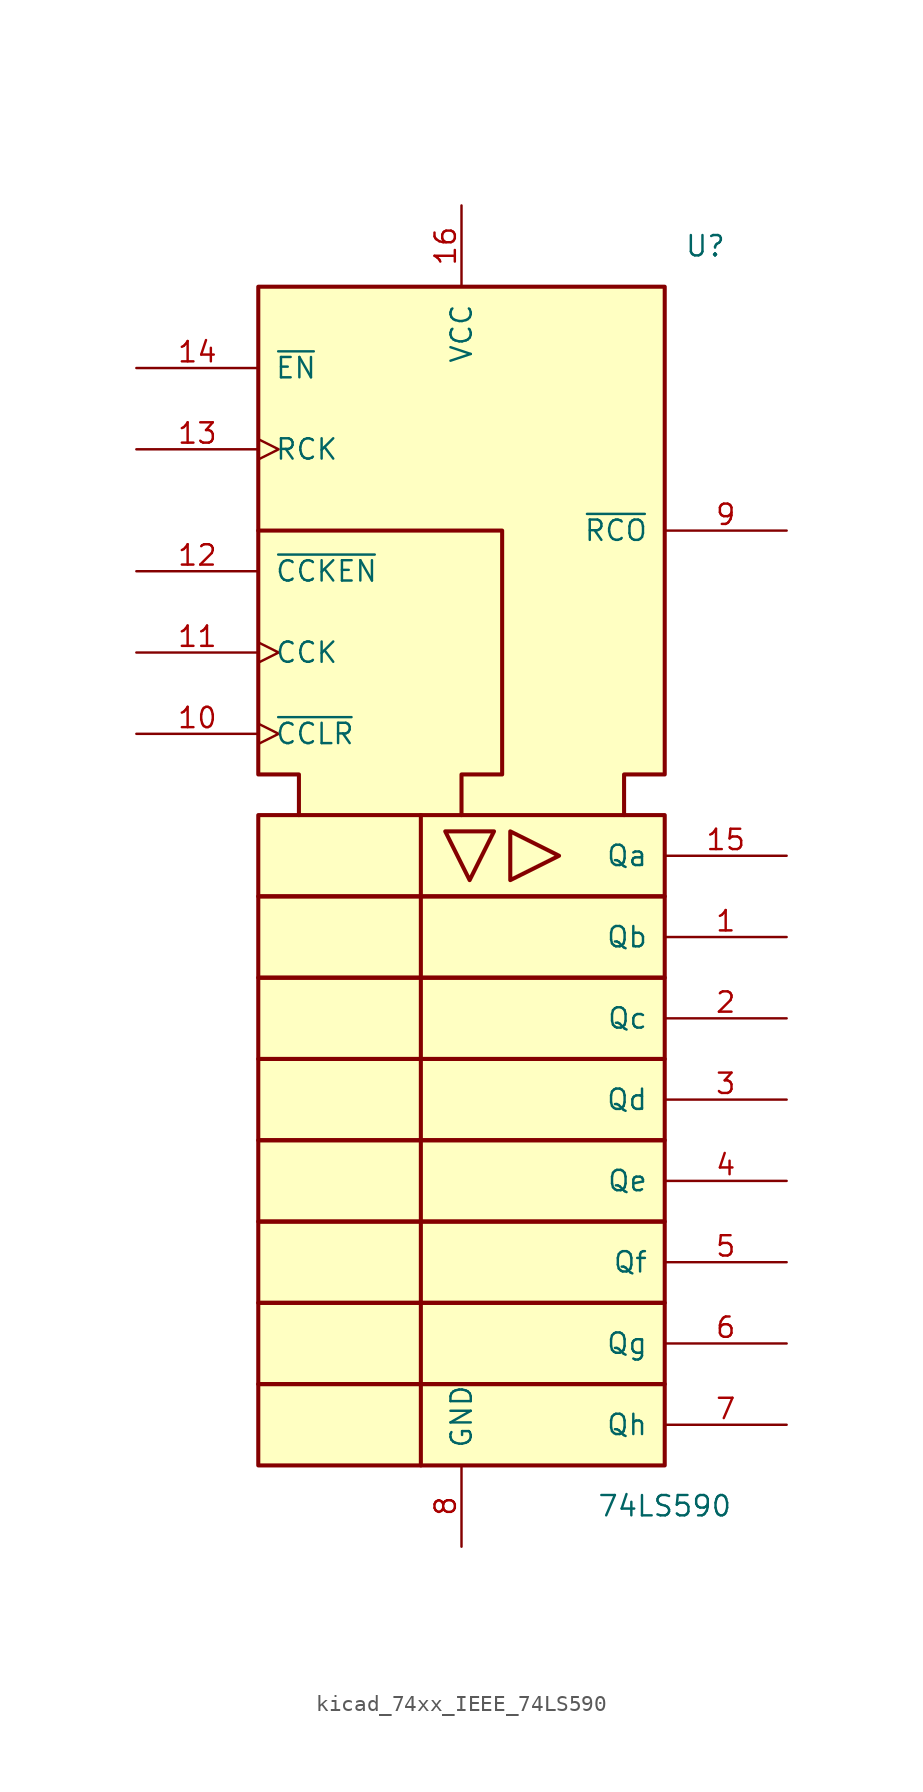
<source format=kicad_sym>
(kicad_symbol_lib
  (version 20220914)
  (generator kicad_symbol_editor)
  (symbol "kicad_74xx_IEEE_74LS590"
    (pin_names
      (offset 1.016))
    (property "Reference" "U"
      (at 15.24 40.64 0)
      (effects (font (size 1.27 1.27))))
    (property "Value" "74LS590"
      (at 12.7 -38.1 0)
      (effects (font (size 1.27 1.27))))
    (symbol "kicad_74xx_IEEE_74LS590_0_0"
      (rectangle (start -12.7 -30.48) (end 12.7 -35.56) (stroke (width 0.254) (type default)) (fill (type background)))
      (rectangle (start -12.7 -25.4) (end 12.7 -30.48) (stroke (width 0.254) (type default)) (fill (type background)))
      (rectangle (start -12.7 -20.32) (end 12.7 -25.4) (stroke (width 0.254) (type default)) (fill (type background)))
      (rectangle (start -12.7 -15.24) (end 12.7 -20.32) (stroke (width 0.254) (type default)) (fill (type background)))
      (rectangle (start -12.7 -10.16) (end 12.7 -15.24) (stroke (width 0.254) (type default)) (fill (type background)))
      (rectangle (start -12.7 -5.08) (end 12.7 -10.16) (stroke (width 0.254) (type default)) (fill (type background)))
      (rectangle (start -12.7 0) (end 12.7 -5.08) (stroke (width 0.254) (type default)) (fill (type background)))
      (rectangle (start -12.7 5.08) (end 12.7 0) (stroke (width 0.254) (type default)) (fill (type background)))
      (polyline (pts (xy -2.54 5.08) (xy -2.54 -35.56) (xy -2.54 -35.56)) (stroke (width 0.254) (type default)) (fill (type background)))
      (polyline (pts (xy -1.016 4.064) (xy 2.032 4.064) (xy 0.508 1.016) (xy -1.016 4.064) (xy -1.016 4.064)) (stroke (width 0.254) (type default)) (fill (type background)))
      (polyline (pts (xy 3.048 4.064) (xy 6.096 2.54) (xy 3.048 1.016) (xy 3.048 4.064) (xy 3.048 4.064)) (stroke (width 0.254) (type default)) (fill (type background)))
      (polyline (pts (xy -12.7 22.86) (xy 2.54 22.86) (xy 2.54 7.62) (xy 0 7.62) (xy 0 5.08) (xy 0 5.08)) (stroke (width 0.254) (type default)) (fill (type background)))
      (polyline (pts (xy -10.16 5.08) (xy -10.16 7.62) (xy -12.7 7.62) (xy -12.7 38.1) (xy 12.7 38.1) (xy 12.7 7.62) (xy 10.16 7.62) (xy 10.16 5.08) (xy 10.16 5.08)) (stroke (width 0.254) (type default)) (fill (type background))))
    (symbol "kicad_74xx_IEEE_74LS590_0_1"
      (pin power_in line (at 0 43.18 270) (length 5.08) (name "VCC" (effects (font (size 1.27 1.27)))) (number "16" (effects (font (size 1.27 1.27)))))
      (pin power_in line (at 0 -40.64 90) (length 5.08) (name "GND" (effects (font (size 1.27 1.27)))) (number "8" (effects (font (size 1.27 1.27))))))
    (symbol "kicad_74xx_IEEE_74LS590_1_1"
      (pin output line (at 20.32 -2.54 180) (length 7.62) (name "Qb" (effects (font (size 1.27 1.27)))) (number "1" (effects (font (size 1.27 1.27)))))
      (pin input clock (at -20.32 10.16 0) (length 7.62) (name "~{CCLR}" (effects (font (size 1.27 1.27)))) (number "10" (effects (font (size 1.27 1.27)))))
      (pin input clock (at -20.32 15.24 0) (length 7.62) (name "CCK" (effects (font (size 1.27 1.27)))) (number "11" (effects (font (size 1.27 1.27)))))
      (pin input line (at -20.32 20.32 0) (length 7.62) (name "~{CCKEN}" (effects (font (size 1.27 1.27)))) (number "12" (effects (font (size 1.27 1.27)))))
      (pin input clock (at -20.32 27.94 0) (length 7.62) (name "RCK" (effects (font (size 1.27 1.27)))) (number "13" (effects (font (size 1.27 1.27)))))
      (pin input line (at -20.32 33.02 0) (length 7.62) (name "~{EN}" (effects (font (size 1.27 1.27)))) (number "14" (effects (font (size 1.27 1.27)))))
      (pin output line (at 20.32 2.54 180) (length 7.62) (name "Qa" (effects (font (size 1.27 1.27)))) (number "15" (effects (font (size 1.27 1.27)))))
      (pin output line (at 20.32 -7.62 180) (length 7.62) (name "Qc" (effects (font (size 1.27 1.27)))) (number "2" (effects (font (size 1.27 1.27)))))
      (pin output line (at 20.32 -12.7 180) (length 7.62) (name "Qd" (effects (font (size 1.27 1.27)))) (number "3" (effects (font (size 1.27 1.27)))))
      (pin output line (at 20.32 -17.78 180) (length 7.62) (name "Qe" (effects (font (size 1.27 1.27)))) (number "4" (effects (font (size 1.27 1.27)))))
      (pin output line (at 20.32 -22.86 180) (length 7.62) (name "Qf" (effects (font (size 1.27 1.27)))) (number "5" (effects (font (size 1.27 1.27)))))
      (pin output line (at 20.32 -27.94 180) (length 7.62) (name "Qg" (effects (font (size 1.27 1.27)))) (number "6" (effects (font (size 1.27 1.27)))))
      (pin output line (at 20.32 -33.02 180) (length 7.62) (name "Qh" (effects (font (size 1.27 1.27)))) (number "7" (effects (font (size 1.27 1.27)))))
      (pin output line (at 20.32 22.86 180) (length 7.62) (name "~{RCO}" (effects (font (size 1.27 1.27)))) (number "9" (effects (font (size 1.27 1.27))))))))
</source>
